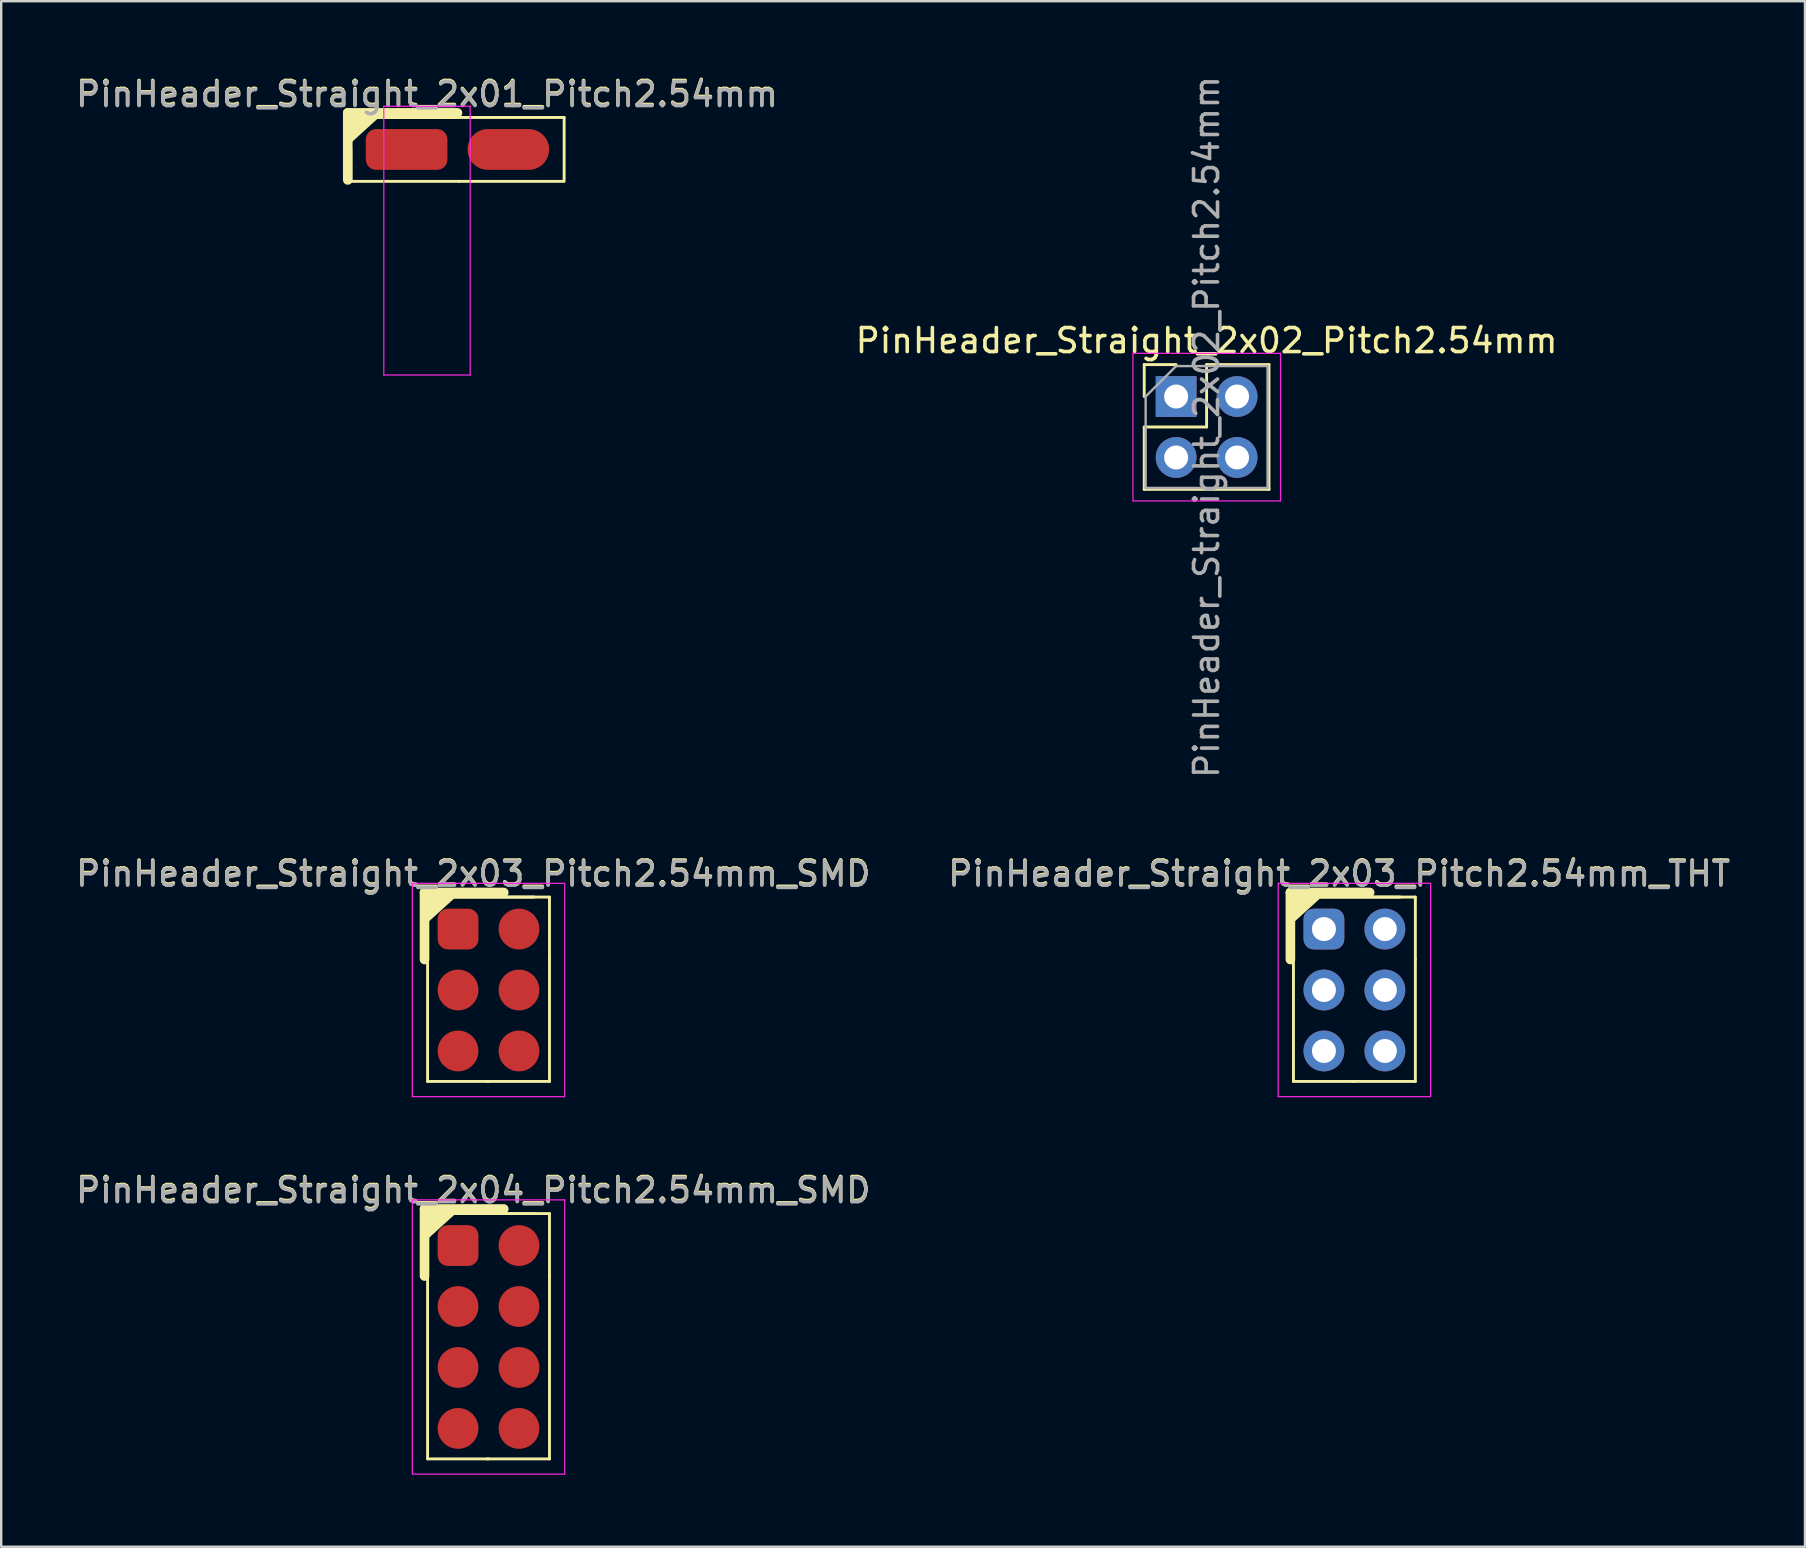
<source format=kicad_pcb>
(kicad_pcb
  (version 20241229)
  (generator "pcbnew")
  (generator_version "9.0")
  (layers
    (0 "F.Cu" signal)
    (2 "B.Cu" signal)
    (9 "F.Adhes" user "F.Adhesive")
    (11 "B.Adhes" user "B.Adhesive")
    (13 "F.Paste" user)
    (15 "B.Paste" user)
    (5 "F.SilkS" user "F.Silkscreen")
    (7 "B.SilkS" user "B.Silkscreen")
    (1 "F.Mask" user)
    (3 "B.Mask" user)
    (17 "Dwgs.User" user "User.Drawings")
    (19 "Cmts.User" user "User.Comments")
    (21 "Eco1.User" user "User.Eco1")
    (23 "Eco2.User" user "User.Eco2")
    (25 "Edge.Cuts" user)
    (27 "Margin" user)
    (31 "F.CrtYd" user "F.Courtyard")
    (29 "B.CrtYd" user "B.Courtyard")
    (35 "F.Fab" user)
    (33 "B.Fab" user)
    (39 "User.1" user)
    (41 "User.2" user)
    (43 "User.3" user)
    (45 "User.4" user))
  (footprint "PinHeader_Straight_2x03_Pitch2.54mm_THT"
    (layer "F.Cu")
    (at 52.121 35.666)
    (property "Reference" "PinHeader_Straight_2x03_Pitch2.54mm_THT" (at 0.635 -2.33 0) (layer "F.SilkS") (effects (font (size 1 1) (thickness 0.15))))
    (attr through_hole)
    (fp_line (start -1.397 1.27) (end -1.397 -1.524) (stroke (width 0.4) (type solid)) (layer "F.SilkS"))
    (fp_line (start -1.33 -1.333) (end 3.81 -1.333) (stroke (width 0.12) (type solid)) (layer "F.SilkS"))
    (fp_line (start -1.27 1.27) (end -1.27 6.35) (stroke (width 0.12) (type solid)) (layer "F.SilkS"))
    (fp_line (start -1.27 6.35) (end 1.27 6.35) (stroke (width 0.12) (type solid)) (layer "F.SilkS"))
    (fp_line (start -1.143 -1.333) (end 3.175 -1.333) (stroke (width 0.12) (type solid)) (layer "F.SilkS"))
    (fp_line (start 1.21 6.35) (end 3.81 6.35) (stroke (width 0.12) (type solid)) (layer "F.SilkS"))
    (fp_line (start 1.905 -1.524) (end -1.397 -1.524) (stroke (width 0.4) (type solid)) (layer "F.SilkS"))
    (fp_line (start 3.81 -1.333) (end 3.81 1.27) (stroke (width 0.12) (type solid)) (layer "F.SilkS"))
    (fp_line (start 3.81 1.27) (end 3.81 6.35) (stroke (width 0.12) (type solid)) (layer "F.SilkS"))
    (fp_poly (pts (xy -1.397 -0.254) (xy 0 -1.524) (xy -1.397 -1.524)) (stroke (width 0.15) (type solid)) (fill yes) (layer "F.SilkS"))
    (fp_line (start -1.905 -1.905) (end -1.905 6.985) (stroke (width 0.05) (type solid)) (layer "F.CrtYd"))
    (fp_line (start -1.905 -1.905) (end 4.445 -1.905) (stroke (width 0.05) (type solid)) (layer "F.CrtYd"))
    (fp_line (start -1.905 6.985) (end 4.445 6.985) (stroke (width 0.05) (type solid)) (layer "F.CrtYd"))
    (fp_line (start 4.445 -1.905) (end 4.445 6.985) (stroke (width 0.05) (type solid)) (layer "F.CrtYd"))
    (fp_text user "${REFERENCE}" (at 0.635 -2.286 180) (layer "F.Fab") (effects (font (size 1 1) (thickness 0.15))))
    (pad "1" thru_hole roundrect (at 0 0) (size 1.7 1.7) (drill 1) (layers "*.Cu" "*.Mask") (roundrect_rratio 0.25))
    (pad "2" thru_hole circle (at 2.54 0) (size 1.7 1.7) (drill 1) (layers "*.Cu" "*.Mask"))
    (pad "3" thru_hole circle (at 0 2.54) (size 1.7 1.7) (drill 1) (layers "*.Cu" "*.Mask"))
    (pad "4" thru_hole circle (at 2.54 2.54) (size 1.7 1.7) (drill 1) (layers "*.Cu" "*.Mask"))
    (pad "5" thru_hole circle (at 0 5.08) (size 1.7 1.7) (drill 1) (layers "*.Cu" "*.Mask"))
    (pad "6" thru_hole circle (at 2.54 5.08) (size 1.7 1.7) (drill 1) (layers "*.Cu" "*.Mask")))
  (footprint "PinHeader_Straight_2x01_Pitch2.54mm"
    (layer "F.Cu")
    (at 14.744 3.178)
    (property "Reference" "PinHeader_Straight_2x01_Pitch2.54mm" (at 0 -2.33 0) (layer "F.SilkS") (effects (font (size 1 1) (thickness 0.15))))
    (attr through_hole)
    (fp_line (start -3.302 1.27) (end -3.302 -1.524) (stroke (width 0.4) (type solid)) (layer "F.SilkS"))
    (fp_line (start -3.235 -1.333) (end 1.27 -1.333) (stroke (width 0.12) (type solid)) (layer "F.SilkS"))
    (fp_line (start -3.175 0) (end -3.175 1.27) (stroke (width 0.12) (type solid)) (layer "F.SilkS"))
    (fp_line (start -3.175 1.33) (end 1.33 1.33) (stroke (width 0.12) (type solid)) (layer "F.SilkS"))
    (fp_line (start -3.048 -1.333) (end 1.27 -1.333) (stroke (width 0.12) (type solid)) (layer "F.SilkS"))
    (fp_line (start 1.27 -1.524) (end -3.302 -1.524) (stroke (width 0.4) (type solid)) (layer "F.SilkS"))
    (fp_line (start 1.27 -1.333) (end 5.715 -1.333) (stroke (width 0.12) (type solid)) (layer "F.SilkS"))
    (fp_line (start 1.33 1.33) (end 5.715 1.33) (stroke (width 0.12) (type solid)) (layer "F.SilkS"))
    (fp_line (start 5.715 -1.333) (end 5.715 1.27) (stroke (width 0.12) (type solid)) (layer "F.SilkS"))
    (fp_poly (pts (xy -3.302 -0.254) (xy -1.905 -1.524) (xy -3.302 -1.524)) (stroke (width 0.15) (type solid)) (fill yes) (layer "F.SilkS"))
    (fp_line (start -1.8 -1.8) (end -1.8 9.4) (stroke (width 0.05) (type solid)) (layer "F.CrtYd"))
    (fp_line (start -1.8 9.4) (end 1.8 9.4) (stroke (width 0.05) (type solid)) (layer "F.CrtYd"))
    (fp_line (start 1.8 -1.8) (end -1.8 -1.8) (stroke (width 0.05) (type solid)) (layer "F.CrtYd"))
    (fp_line (start 1.8 9.4) (end 1.8 -1.8) (stroke (width 0.05) (type solid)) (layer "F.CrtYd"))
    (fp_text user "${REFERENCE}" (at 0 -2.286 180) (layer "F.Fab") (effects (font (size 1 1) (thickness 0.15))))
    (pad "1" smd roundrect (at 0 0) (size 3.4 1.7) (drill (offset -0.85 0)) (layers "F.Cu" "F.Mask" "F.Paste") (roundrect_rratio 0.25))
    (pad "6" smd oval (at 2.54 0) (size 3.4 1.7) (drill (offset 0.85 0)) (layers "F.Cu" "F.Mask" "F.Paste")))
  (footprint "PinHeader_Straight_2x02_Pitch2.54mm"
    (layer "F.Cu")
    (at 45.962 13.474)
    (property "Reference" "PinHeader_Straight_2x02_Pitch2.54mm" (at 1.27 -2.33 0) (layer "F.SilkS") (effects (font (size 1 1) (thickness 0.15))))
    (attr through_hole)
    (fp_line (start -1.33 -1.33) (end 0 -1.33) (stroke (width 0.12) (type solid)) (layer "F.SilkS"))
    (fp_line (start -1.33 0) (end -1.33 -1.33) (stroke (width 0.12) (type solid)) (layer "F.SilkS"))
    (fp_line (start -1.33 1.27) (end -1.33 3.87) (stroke (width 0.12) (type solid)) (layer "F.SilkS"))
    (fp_line (start -1.33 1.27) (end 1.27 1.27) (stroke (width 0.12) (type solid)) (layer "F.SilkS"))
    (fp_line (start -1.33 3.87) (end 3.87 3.87) (stroke (width 0.12) (type solid)) (layer "F.SilkS"))
    (fp_line (start 1.27 -1.33) (end 3.87 -1.33) (stroke (width 0.12) (type solid)) (layer "F.SilkS"))
    (fp_line (start 1.27 1.27) (end 1.27 -1.33) (stroke (width 0.12) (type solid)) (layer "F.SilkS"))
    (fp_line (start 3.87 -1.33) (end 3.87 3.87) (stroke (width 0.12) (type solid)) (layer "F.SilkS"))
    (fp_line (start -1.8 -1.8) (end -1.8 4.35) (stroke (width 0.05) (type solid)) (layer "F.CrtYd"))
    (fp_line (start -1.8 4.35) (end 4.35 4.35) (stroke (width 0.05) (type solid)) (layer "F.CrtYd"))
    (fp_line (start 4.35 -1.8) (end -1.8 -1.8) (stroke (width 0.05) (type solid)) (layer "F.CrtYd"))
    (fp_line (start 4.35 4.35) (end 4.35 -1.8) (stroke (width 0.05) (type solid)) (layer "F.CrtYd"))
    (fp_line (start -1.27 0) (end 0 -1.27) (stroke (width 0.1) (type solid)) (layer "F.Fab"))
    (fp_line (start -1.27 3.81) (end -1.27 0) (stroke (width 0.1) (type solid)) (layer "F.Fab"))
    (fp_line (start 0 -1.27) (end 3.81 -1.27) (stroke (width 0.1) (type solid)) (layer "F.Fab"))
    (fp_line (start 3.81 -1.27) (end 3.81 3.81) (stroke (width 0.1) (type solid)) (layer "F.Fab"))
    (fp_line (start 3.81 3.81) (end -1.27 3.81) (stroke (width 0.1) (type solid)) (layer "F.Fab"))
    (fp_text user "${REFERENCE}" (at 1.27 1.27 90) (layer "F.Fab") (effects (font (size 1 1) (thickness 0.15))))
    (pad "1" thru_hole rect (at 0 0) (size 1.7 1.7) (drill 1) (layers "*.Cu" "*.Mask"))
    (pad "2" thru_hole oval (at 2.54 0) (size 1.7 1.7) (drill 1) (layers "*.Cu" "*.Mask"))
    (pad "3" thru_hole oval (at 0 2.54) (size 1.7 1.7) (drill 1) (layers "*.Cu" "*.Mask"))
    (pad "4" thru_hole oval (at 2.54 2.54) (size 1.7 1.7) (drill 1) (layers "*.Cu" "*.Mask")))
  (footprint "PinHeader_Straight_2x03_Pitch2.54mm_SMD"
    (layer "F.Cu")
    (at 16.038 35.666)
    (property "Reference" "PinHeader_Straight_2x03_Pitch2.54mm_SMD" (at 0.635 -2.33 0) (layer "F.SilkS") (effects (font (size 1 1) (thickness 0.15))))
    (attr through_hole)
    (fp_line (start -1.397 1.27) (end -1.397 -1.524) (stroke (width 0.4) (type solid)) (layer "F.SilkS"))
    (fp_line (start -1.33 -1.333) (end 3.81 -1.333) (stroke (width 0.12) (type solid)) (layer "F.SilkS"))
    (fp_line (start -1.27 1.27) (end -1.27 6.35) (stroke (width 0.12) (type solid)) (layer "F.SilkS"))
    (fp_line (start -1.27 6.35) (end 1.27 6.35) (stroke (width 0.12) (type solid)) (layer "F.SilkS"))
    (fp_line (start -1.143 -1.333) (end 3.175 -1.333) (stroke (width 0.12) (type solid)) (layer "F.SilkS"))
    (fp_line (start 1.21 6.35) (end 3.81 6.35) (stroke (width 0.12) (type solid)) (layer "F.SilkS"))
    (fp_line (start 1.905 -1.524) (end -1.397 -1.524) (stroke (width 0.4) (type solid)) (layer "F.SilkS"))
    (fp_line (start 3.81 -1.333) (end 3.81 1.27) (stroke (width 0.12) (type solid)) (layer "F.SilkS"))
    (fp_line (start 3.81 1.27) (end 3.81 6.35) (stroke (width 0.12) (type solid)) (layer "F.SilkS"))
    (fp_poly (pts (xy -1.397 -0.254) (xy 0 -1.524) (xy -1.397 -1.524)) (stroke (width 0.15) (type solid)) (fill yes) (layer "F.SilkS"))
    (fp_line (start -1.905 -1.905) (end -1.905 6.985) (stroke (width 0.05) (type solid)) (layer "F.CrtYd"))
    (fp_line (start -1.905 -1.905) (end 4.445 -1.905) (stroke (width 0.05) (type solid)) (layer "F.CrtYd"))
    (fp_line (start -1.905 6.985) (end 4.445 6.985) (stroke (width 0.05) (type solid)) (layer "F.CrtYd"))
    (fp_line (start 4.445 -1.905) (end 4.445 6.985) (stroke (width 0.05) (type solid)) (layer "F.CrtYd"))
    (fp_text user "${REFERENCE}" (at 0.635 -2.286 180) (layer "F.Fab") (effects (font (size 1 1) (thickness 0.15))))
    (pad "1" smd roundrect (at 0 0) (size 1.7 1.7) (layers "F.Cu" "F.Mask" "F.Paste") (roundrect_rratio 0.25))
    (pad "2" smd circle (at 2.54 0) (size 1.7 1.7) (layers "F.Cu" "F.Mask" "F.Paste"))
    (pad "3" smd circle (at 0 2.54) (size 1.7 1.7) (layers "F.Cu" "F.Mask" "F.Paste"))
    (pad "4" smd circle (at 2.54 2.54) (size 1.7 1.7) (layers "F.Cu" "F.Mask" "F.Paste"))
    (pad "5" smd circle (at 0 5.08) (size 1.7 1.7) (layers "F.Cu" "F.Mask" "F.Paste"))
    (pad "6" smd circle (at 2.54 5.08) (size 1.7 1.7) (layers "F.Cu" "F.Mask" "F.Paste")))
  (footprint "PinHeader_Straight_2x04_Pitch2.54mm_SMD"
    (layer "F.Cu")
    (at 16.038 48.855)
    (property "Reference" "PinHeader_Straight_2x04_Pitch2.54mm_SMD" (at 0.635 -2.33 0) (layer "F.SilkS") (effects (font (size 1 1) (thickness 0.15))))
    (attr through_hole)
    (fp_line (start -1.397 1.27) (end -1.397 -1.524) (stroke (width 0.4) (type solid)) (layer "F.SilkS"))
    (fp_line (start -1.33 -1.333) (end 3.81 -1.333) (stroke (width 0.12) (type solid)) (layer "F.SilkS"))
    (fp_line (start -1.27 1.27) (end -1.27 8.89) (stroke (width 0.12) (type solid)) (layer "F.SilkS"))
    (fp_line (start -1.27 8.89) (end 1.27 8.89) (stroke (width 0.12) (type solid)) (layer "F.SilkS"))
    (fp_line (start -1.143 -1.333) (end 3.175 -1.333) (stroke (width 0.12) (type solid)) (layer "F.SilkS"))
    (fp_line (start 1.21 8.89) (end 3.81 8.89) (stroke (width 0.12) (type solid)) (layer "F.SilkS"))
    (fp_line (start 1.905 -1.524) (end -1.397 -1.524) (stroke (width 0.4) (type solid)) (layer "F.SilkS"))
    (fp_line (start 3.81 -1.333) (end 3.81 1.27) (stroke (width 0.12) (type solid)) (layer "F.SilkS"))
    (fp_line (start 3.81 1.27) (end 3.81 8.89) (stroke (width 0.12) (type solid)) (layer "F.SilkS"))
    (fp_poly (pts (xy -1.397 -0.254) (xy 0 -1.524) (xy -1.397 -1.524)) (stroke (width 0.15) (type solid)) (fill yes) (layer "F.SilkS"))
    (fp_line (start -1.905 -1.905) (end 4.445 -1.905) (stroke (width 0.05) (type solid)) (layer "F.CrtYd"))
    (fp_line (start -1.905 9.525) (end -1.905 -1.905) (stroke (width 0.05) (type solid)) (layer "F.CrtYd"))
    (fp_line (start -1.905 9.525) (end 4.445 9.525) (stroke (width 0.05) (type solid)) (layer "F.CrtYd"))
    (fp_line (start 4.445 9.525) (end 4.445 -1.905) (stroke (width 0.05) (type solid)) (layer "F.CrtYd"))
    (fp_text user "${REFERENCE}" (at 0.635 -2.286 180) (layer "F.Fab") (effects (font (size 1 1) (thickness 0.15))))
    (pad "1" smd roundrect (at 0 0) (size 1.7 1.7) (layers "F.Cu" "F.Mask" "F.Paste") (roundrect_rratio 0.25))
    (pad "2" smd circle (at 2.54 0) (size 1.7 1.7) (layers "F.Cu" "F.Mask" "F.Paste"))
    (pad "3" smd circle (at 0 2.54) (size 1.7 1.7) (layers "F.Cu" "F.Mask" "F.Paste"))
    (pad "4" smd circle (at 2.54 2.54) (size 1.7 1.7) (layers "F.Cu" "F.Mask" "F.Paste"))
    (pad "5" smd circle (at 0 5.08) (size 1.7 1.7) (layers "F.Cu" "F.Mask" "F.Paste"))
    (pad "6" smd circle (at 2.54 5.08) (size 1.7 1.7) (layers "F.Cu" "F.Mask" "F.Paste"))
    (pad "7" smd circle (at 0 7.62) (size 1.7 1.7) (layers "F.Cu" "F.Mask" "F.Paste"))
    (pad "8" smd circle (at 2.54 7.62) (size 1.7 1.7) (layers "F.Cu" "F.Mask" "F.Paste")))
  (gr_rect
    (start -3 -3)
    (end 72.167 61.405)
    (stroke (width 0.1) (type default))
    (fill no)
    (layer "Edge.Cuts")))
</source>
